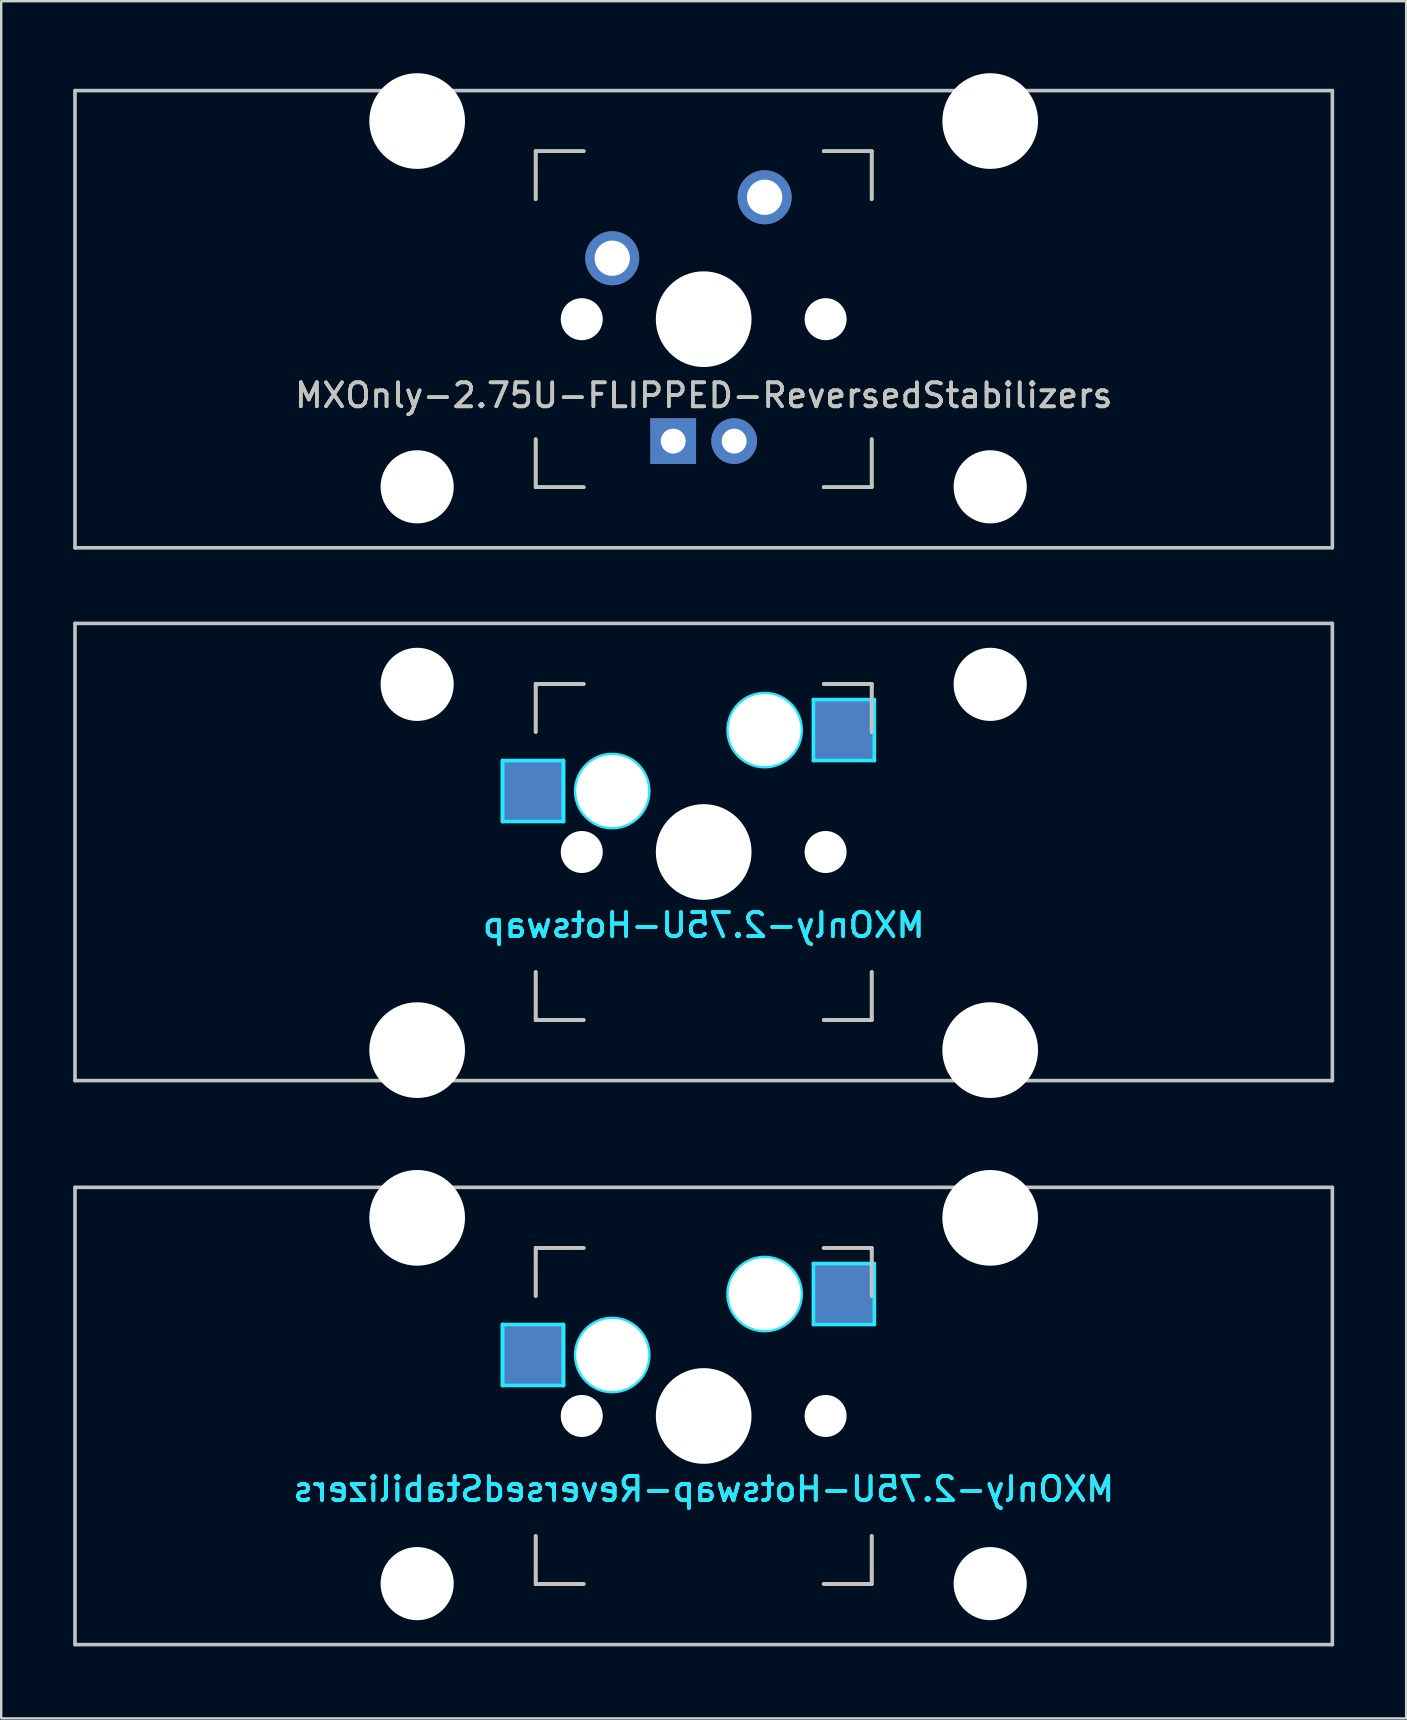
<source format=kicad_pcb>
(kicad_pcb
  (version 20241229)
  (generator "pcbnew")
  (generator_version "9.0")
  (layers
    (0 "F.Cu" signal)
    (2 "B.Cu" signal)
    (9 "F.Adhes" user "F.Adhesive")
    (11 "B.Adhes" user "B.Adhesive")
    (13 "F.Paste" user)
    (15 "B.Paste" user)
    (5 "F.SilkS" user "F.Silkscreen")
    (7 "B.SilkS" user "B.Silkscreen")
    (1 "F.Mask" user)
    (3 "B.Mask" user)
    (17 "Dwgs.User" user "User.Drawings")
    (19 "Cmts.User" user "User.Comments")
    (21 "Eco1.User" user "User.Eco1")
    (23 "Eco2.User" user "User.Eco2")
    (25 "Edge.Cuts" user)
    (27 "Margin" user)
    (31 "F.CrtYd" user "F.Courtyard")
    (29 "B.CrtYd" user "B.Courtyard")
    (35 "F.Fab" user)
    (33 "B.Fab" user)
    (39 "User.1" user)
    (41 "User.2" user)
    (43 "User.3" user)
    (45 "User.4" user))
  (footprint "MXOnly-2.75U-Hotswap-ReversedStabilizers"
    (layer "F.Cu")
    (at 26.269 55.947)
    (property "Reference" "MXOnly-2.75U-Hotswap-ReversedStabilizers" (at 0 3.048 0) (layer "B.CrtYd") (effects (font (size 1 1) (thickness 0.15)) (justify mirror)))
    (attr smd)
    (fp_line (start -7 -7) (end -7 -5) (stroke (width 0.15) (type solid)) (layer "F.SilkS"))
    (fp_line (start -7 5) (end -7 7) (stroke (width 0.15) (type solid)) (layer "F.SilkS"))
    (fp_line (start -7 7) (end -5 7) (stroke (width 0.15) (type solid)) (layer "F.SilkS"))
    (fp_line (start -5 -7) (end -7 -7) (stroke (width 0.15) (type solid)) (layer "F.SilkS"))
    (fp_line (start 5 -7) (end 7 -7) (stroke (width 0.15) (type solid)) (layer "F.SilkS"))
    (fp_line (start 5 7) (end 7 7) (stroke (width 0.15) (type solid)) (layer "F.SilkS"))
    (fp_line (start 7 -7) (end 7 -5) (stroke (width 0.15) (type solid)) (layer "F.SilkS"))
    (fp_line (start 7 7) (end 7 5) (stroke (width 0.15) (type solid)) (layer "F.SilkS"))
    (fp_line (start -26.194 -9.525) (end 26.194 -9.525) (stroke (width 0.15) (type solid)) (layer "Dwgs.User"))
    (fp_line (start -26.194 9.525) (end -26.194 -9.525) (stroke (width 0.15) (type solid)) (layer "Dwgs.User"))
    (fp_line (start -7 -7) (end -7 -5) (stroke (width 0.15) (type solid)) (layer "Dwgs.User"))
    (fp_line (start -7 5) (end -7 7) (stroke (width 0.15) (type solid)) (layer "Dwgs.User"))
    (fp_line (start -7 7) (end -5 7) (stroke (width 0.15) (type solid)) (layer "Dwgs.User"))
    (fp_line (start -5 -7) (end -7 -7) (stroke (width 0.15) (type solid)) (layer "Dwgs.User"))
    (fp_line (start 5 -7) (end 7 -7) (stroke (width 0.15) (type solid)) (layer "Dwgs.User"))
    (fp_line (start 5 7) (end 7 7) (stroke (width 0.15) (type solid)) (layer "Dwgs.User"))
    (fp_line (start 7 -7) (end 7 -5) (stroke (width 0.15) (type solid)) (layer "Dwgs.User"))
    (fp_line (start 7 7) (end 7 5) (stroke (width 0.15) (type solid)) (layer "Dwgs.User"))
    (fp_line (start 26.194 -9.525) (end 26.194 9.525) (stroke (width 0.15) (type solid)) (layer "Dwgs.User"))
    (fp_line (start 26.194 9.525) (end -26.194 9.525) (stroke (width 0.15) (type solid)) (layer "Dwgs.User"))
    (fp_line (start -8.382 -3.81) (end -5.842 -3.81) (stroke (width 0.15) (type solid)) (layer "B.CrtYd"))
    (fp_line (start -8.382 -1.27) (end -8.382 -3.81) (stroke (width 0.15) (type solid)) (layer "B.CrtYd"))
    (fp_line (start -8.382 -1.27) (end -8.382 -3.81) (stroke (width 0.15) (type solid)) (layer "B.CrtYd"))
    (fp_line (start -5.842 -3.81) (end -5.842 -1.27) (stroke (width 0.15) (type solid)) (layer "B.CrtYd"))
    (fp_line (start -5.842 -3.81) (end -5.842 -1.27) (stroke (width 0.15) (type solid)) (layer "B.CrtYd"))
    (fp_line (start -5.842 -1.27) (end -8.382 -1.27) (stroke (width 0.15) (type solid)) (layer "B.CrtYd"))
    (fp_line (start 4.572 -6.35) (end 7.112 -6.35) (stroke (width 0.15) (type solid)) (layer "B.CrtYd"))
    (fp_line (start 4.572 -3.81) (end 4.572 -6.35) (stroke (width 0.15) (type solid)) (layer "B.CrtYd"))
    (fp_line (start 7.112 -6.35) (end 7.112 -3.81) (stroke (width 0.15) (type solid)) (layer "B.CrtYd"))
    (fp_line (start 7.112 -3.81) (end 4.572 -3.81) (stroke (width 0.15) (type solid)) (layer "B.CrtYd"))
    (fp_circle (center -3.81 -2.54) (end -3.81 -4.064) (stroke (width 0.15) (type solid)) (fill no) (layer "B.CrtYd"))
    (fp_circle (center 2.54 -5.08) (end 2.54 -6.604) (stroke (width 0.15) (type solid)) (fill no) (layer "B.CrtYd"))
    (fp_text user "${REFERENCE}" (at 0 3.048 0) (layer "B.SilkS") (effects (font (size 1 1) (thickness 0.15)) (justify mirror)))
    (fp_text user "${REFERENCE}" (at 0 3.048 0) (layer "B.CrtYd") (effects (font (size 1 1) (thickness 0.15)) (justify mirror)))
    (pad "" np_thru_hole circle (at -11.938 -8.255) (size 3.988 3.988) (drill 3.988) (layers "*.Cu" "*.Mask"))
    (pad "" np_thru_hole circle (at -11.938 6.985) (size 3.048 3.048) (drill 3.048) (layers "*.Cu" "*.Mask"))
    (pad "" np_thru_hole circle (at -5.08 0 48.1) (size 1.75 1.75) (drill 1.75) (layers "*.Cu" "*.Mask"))
    (pad "" np_thru_hole circle (at -3.81 -2.54) (size 3 3) (drill 3) (layers "*.Cu" "*.Mask"))
    (pad "" np_thru_hole circle (at 0 0) (size 3.988 3.988) (drill 3.988) (layers "*.Cu" "*.Mask"))
    (pad "" np_thru_hole circle (at 2.54 -5.08) (size 3 3) (drill 3) (layers "*.Cu" "*.Mask"))
    (pad "" np_thru_hole circle (at 5.08 0 48.1) (size 1.75 1.75) (drill 1.75) (layers "*.Cu" "*.Mask"))
    (pad "" np_thru_hole circle (at 11.938 -8.255) (size 3.988 3.988) (drill 3.988) (layers "*.Cu" "*.Mask"))
    (pad "" np_thru_hole circle (at 11.938 6.985) (size 3.048 3.048) (drill 3.048) (layers "*.Cu" "*.Mask"))
    (pad "1" smd rect (at -7.085 -2.54) (size 2.55 2.5) (layers "B.Cu" "B.Mask" "B.Paste"))
    (pad "2" smd rect (at 5.842 -5.08) (size 2.55 2.5) (layers "B.Cu" "B.Mask" "B.Paste")))
  (footprint "MXOnly-2.75U-FLIPPED-ReversedStabilizers"
    (layer "F.Cu")
    (at 26.269 10.249)
    (property "Reference" "MXOnly-2.75U-FLIPPED-ReversedStabilizers" (at 0 3.175 0) (layer "Dwgs.User") (effects (font (size 1 1) (thickness 0.15))))
    (attr through_hole)
    (fp_line (start -7 -7) (end -7 -5) (stroke (width 0.15) (type solid)) (layer "F.SilkS"))
    (fp_line (start -7 5) (end -7 7) (stroke (width 0.15) (type solid)) (layer "F.SilkS"))
    (fp_line (start -7 7) (end -5 7) (stroke (width 0.15) (type solid)) (layer "F.SilkS"))
    (fp_line (start -5 -7) (end -7 -7) (stroke (width 0.15) (type solid)) (layer "F.SilkS"))
    (fp_line (start 5 -7) (end 7 -7) (stroke (width 0.15) (type solid)) (layer "F.SilkS"))
    (fp_line (start 5 7) (end 7 7) (stroke (width 0.15) (type solid)) (layer "F.SilkS"))
    (fp_line (start 7 -7) (end 7 -5) (stroke (width 0.15) (type solid)) (layer "F.SilkS"))
    (fp_line (start 7 7) (end 7 5) (stroke (width 0.15) (type solid)) (layer "F.SilkS"))
    (fp_line (start -26.194 -9.525) (end 26.194 -9.525) (stroke (width 0.15) (type solid)) (layer "Dwgs.User"))
    (fp_line (start -26.194 9.525) (end -26.194 -9.525) (stroke (width 0.15) (type solid)) (layer "Dwgs.User"))
    (fp_line (start -26.194 9.525) (end 26.194 9.525) (stroke (width 0.15) (type solid)) (layer "Dwgs.User"))
    (fp_line (start -7 -7) (end -7 -5) (stroke (width 0.15) (type solid)) (layer "Dwgs.User"))
    (fp_line (start -7 5) (end -7 7) (stroke (width 0.15) (type solid)) (layer "Dwgs.User"))
    (fp_line (start -7 7) (end -5 7) (stroke (width 0.15) (type solid)) (layer "Dwgs.User"))
    (fp_line (start -5 -7) (end -7 -7) (stroke (width 0.15) (type solid)) (layer "Dwgs.User"))
    (fp_line (start 5 -7) (end 7 -7) (stroke (width 0.15) (type solid)) (layer "Dwgs.User"))
    (fp_line (start 5 7) (end 7 7) (stroke (width 0.15) (type solid)) (layer "Dwgs.User"))
    (fp_line (start 7 -7) (end 7 -5) (stroke (width 0.15) (type solid)) (layer "Dwgs.User"))
    (fp_line (start 7 7) (end 7 5) (stroke (width 0.15) (type solid)) (layer "Dwgs.User"))
    (fp_line (start 26.194 -9.525) (end 26.194 9.525) (stroke (width 0.15) (type solid)) (layer "Dwgs.User"))
    (fp_text user "${REFERENCE}" (at 0 3.175 0) (layer "F.SilkS") (effects (font (size 1 1) (thickness 0.15))))
    (pad "" np_thru_hole circle (at -11.938 -8.255) (size 3.988 3.988) (drill 3.988) (layers "*.Cu" "*.Mask"))
    (pad "" np_thru_hole circle (at -11.938 6.985) (size 3.048 3.048) (drill 3.048) (layers "*.Cu" "*.Mask"))
    (pad "" np_thru_hole circle (at -5.08 0 48.1) (size 1.75 1.75) (drill 1.75) (layers "*.Cu" "*.Mask"))
    (pad "" np_thru_hole circle (at 0 0) (size 3.988 3.988) (drill 3.988) (layers "*.Cu" "*.Mask"))
    (pad "" np_thru_hole circle (at 5.08 0 48.1) (size 1.75 1.75) (drill 1.75) (layers "*.Cu" "*.Mask"))
    (pad "" np_thru_hole circle (at 11.938 -8.255) (size 3.988 3.988) (drill 3.988) (layers "*.Cu" "*.Mask"))
    (pad "" np_thru_hole circle (at 11.938 6.985) (size 3.048 3.048) (drill 3.048) (layers "*.Cu" "*.Mask"))
    (pad "1" thru_hole circle (at -3.81 -2.54) (size 2.25 2.25) (drill 1.47) (layers "*.Cu" "B.Mask"))
    (pad "2" thru_hole circle (at 2.54 -5.08) (size 2.25 2.25) (drill 1.47) (layers "*.Cu" "B.Mask"))
    (pad "3" thru_hole circle (at 1.27 5.08) (size 1.905 1.905) (drill 1.04) (layers "*.Cu" "B.Mask"))
    (pad "4" thru_hole rect (at -1.27 5.08) (size 1.905 1.905) (drill 1.04) (layers "*.Cu" "B.Mask")))
  (footprint "MXOnly-2.75U-Hotswap"
    (layer "F.Cu")
    (at 26.269 32.449)
    (property "Reference" "MXOnly-2.75U-Hotswap" (at 0 3.048 0) (layer "B.CrtYd") (effects (font (size 1 1) (thickness 0.15)) (justify mirror)))
    (attr smd)
    (fp_line (start -7 -7) (end -7 -5) (stroke (width 0.15) (type solid)) (layer "F.SilkS"))
    (fp_line (start -7 5) (end -7 7) (stroke (width 0.15) (type solid)) (layer "F.SilkS"))
    (fp_line (start -7 7) (end -5 7) (stroke (width 0.15) (type solid)) (layer "F.SilkS"))
    (fp_line (start -5 -7) (end -7 -7) (stroke (width 0.15) (type solid)) (layer "F.SilkS"))
    (fp_line (start 5 -7) (end 7 -7) (stroke (width 0.15) (type solid)) (layer "F.SilkS"))
    (fp_line (start 5 7) (end 7 7) (stroke (width 0.15) (type solid)) (layer "F.SilkS"))
    (fp_line (start 7 -7) (end 7 -5) (stroke (width 0.15) (type solid)) (layer "F.SilkS"))
    (fp_line (start 7 7) (end 7 5) (stroke (width 0.15) (type solid)) (layer "F.SilkS"))
    (fp_line (start -26.194 -9.525) (end 26.194 -9.525) (stroke (width 0.15) (type solid)) (layer "Dwgs.User"))
    (fp_line (start -26.194 9.525) (end -26.194 -9.525) (stroke (width 0.15) (type solid)) (layer "Dwgs.User"))
    (fp_line (start -7 -7) (end -7 -5) (stroke (width 0.15) (type solid)) (layer "Dwgs.User"))
    (fp_line (start -7 5) (end -7 7) (stroke (width 0.15) (type solid)) (layer "Dwgs.User"))
    (fp_line (start -7 7) (end -5 7) (stroke (width 0.15) (type solid)) (layer "Dwgs.User"))
    (fp_line (start -5 -7) (end -7 -7) (stroke (width 0.15) (type solid)) (layer "Dwgs.User"))
    (fp_line (start 5 -7) (end 7 -7) (stroke (width 0.15) (type solid)) (layer "Dwgs.User"))
    (fp_line (start 5 7) (end 7 7) (stroke (width 0.15) (type solid)) (layer "Dwgs.User"))
    (fp_line (start 7 -7) (end 7 -5) (stroke (width 0.15) (type solid)) (layer "Dwgs.User"))
    (fp_line (start 7 7) (end 7 5) (stroke (width 0.15) (type solid)) (layer "Dwgs.User"))
    (fp_line (start 26.194 -9.525) (end 26.194 9.525) (stroke (width 0.15) (type solid)) (layer "Dwgs.User"))
    (fp_line (start 26.194 9.525) (end -26.194 9.525) (stroke (width 0.15) (type solid)) (layer "Dwgs.User"))
    (fp_line (start -8.382 -3.81) (end -5.842 -3.81) (stroke (width 0.15) (type solid)) (layer "B.CrtYd"))
    (fp_line (start -8.382 -1.27) (end -8.382 -3.81) (stroke (width 0.15) (type solid)) (layer "B.CrtYd"))
    (fp_line (start -8.382 -1.27) (end -8.382 -3.81) (stroke (width 0.15) (type solid)) (layer "B.CrtYd"))
    (fp_line (start -5.842 -3.81) (end -5.842 -1.27) (stroke (width 0.15) (type solid)) (layer "B.CrtYd"))
    (fp_line (start -5.842 -3.81) (end -5.842 -1.27) (stroke (width 0.15) (type solid)) (layer "B.CrtYd"))
    (fp_line (start -5.842 -1.27) (end -8.382 -1.27) (stroke (width 0.15) (type solid)) (layer "B.CrtYd"))
    (fp_line (start 4.572 -6.35) (end 7.112 -6.35) (stroke (width 0.15) (type solid)) (layer "B.CrtYd"))
    (fp_line (start 4.572 -3.81) (end 4.572 -6.35) (stroke (width 0.15) (type solid)) (layer "B.CrtYd"))
    (fp_line (start 7.112 -6.35) (end 7.112 -3.81) (stroke (width 0.15) (type solid)) (layer "B.CrtYd"))
    (fp_line (start 7.112 -3.81) (end 4.572 -3.81) (stroke (width 0.15) (type solid)) (layer "B.CrtYd"))
    (fp_circle (center -3.81 -2.54) (end -3.81 -4.064) (stroke (width 0.15) (type solid)) (fill no) (layer "B.CrtYd"))
    (fp_circle (center 2.54 -5.08) (end 2.54 -6.604) (stroke (width 0.15) (type solid)) (fill no) (layer "B.CrtYd"))
    (fp_text user "${REFERENCE}" (at 0 3.048 0) (layer "B.SilkS") (effects (font (size 1 1) (thickness 0.15)) (justify mirror)))
    (fp_text user "${REFERENCE}" (at 0 3.048 0) (layer "B.CrtYd") (effects (font (size 1 1) (thickness 0.15)) (justify mirror)))
    (pad "" np_thru_hole circle (at -11.938 -6.985) (size 3.048 3.048) (drill 3.048) (layers "*.Cu" "*.Mask"))
    (pad "" np_thru_hole circle (at -11.938 8.255) (size 3.988 3.988) (drill 3.988) (layers "*.Cu" "*.Mask"))
    (pad "" np_thru_hole circle (at -5.08 0 48.1) (size 1.75 1.75) (drill 1.75) (layers "*.Cu" "*.Mask"))
    (pad "" np_thru_hole circle (at -3.81 -2.54) (size 3 3) (drill 3) (layers "*.Cu" "*.Mask"))
    (pad "" np_thru_hole circle (at 0 0) (size 3.988 3.988) (drill 3.988) (layers "*.Cu" "*.Mask"))
    (pad "" np_thru_hole circle (at 2.54 -5.08) (size 3 3) (drill 3) (layers "*.Cu" "*.Mask"))
    (pad "" np_thru_hole circle (at 5.08 0 48.1) (size 1.75 1.75) (drill 1.75) (layers "*.Cu" "*.Mask"))
    (pad "" np_thru_hole circle (at 11.938 -6.985) (size 3.048 3.048) (drill 3.048) (layers "*.Cu" "*.Mask"))
    (pad "" np_thru_hole circle (at 11.938 8.255) (size 3.988 3.988) (drill 3.988) (layers "*.Cu" "*.Mask"))
    (pad "1" smd rect (at -7.085 -2.54) (size 2.55 2.5) (layers "B.Cu" "B.Mask" "B.Paste"))
    (pad "2" smd rect (at 5.842 -5.08) (size 2.55 2.5) (layers "B.Cu" "B.Mask" "B.Paste")))
  (gr_rect
    (start -3 -3)
    (end 55.538 68.547)
    (stroke (width 0.1) (type default))
    (fill no)
    (layer "Edge.Cuts")))
</source>
